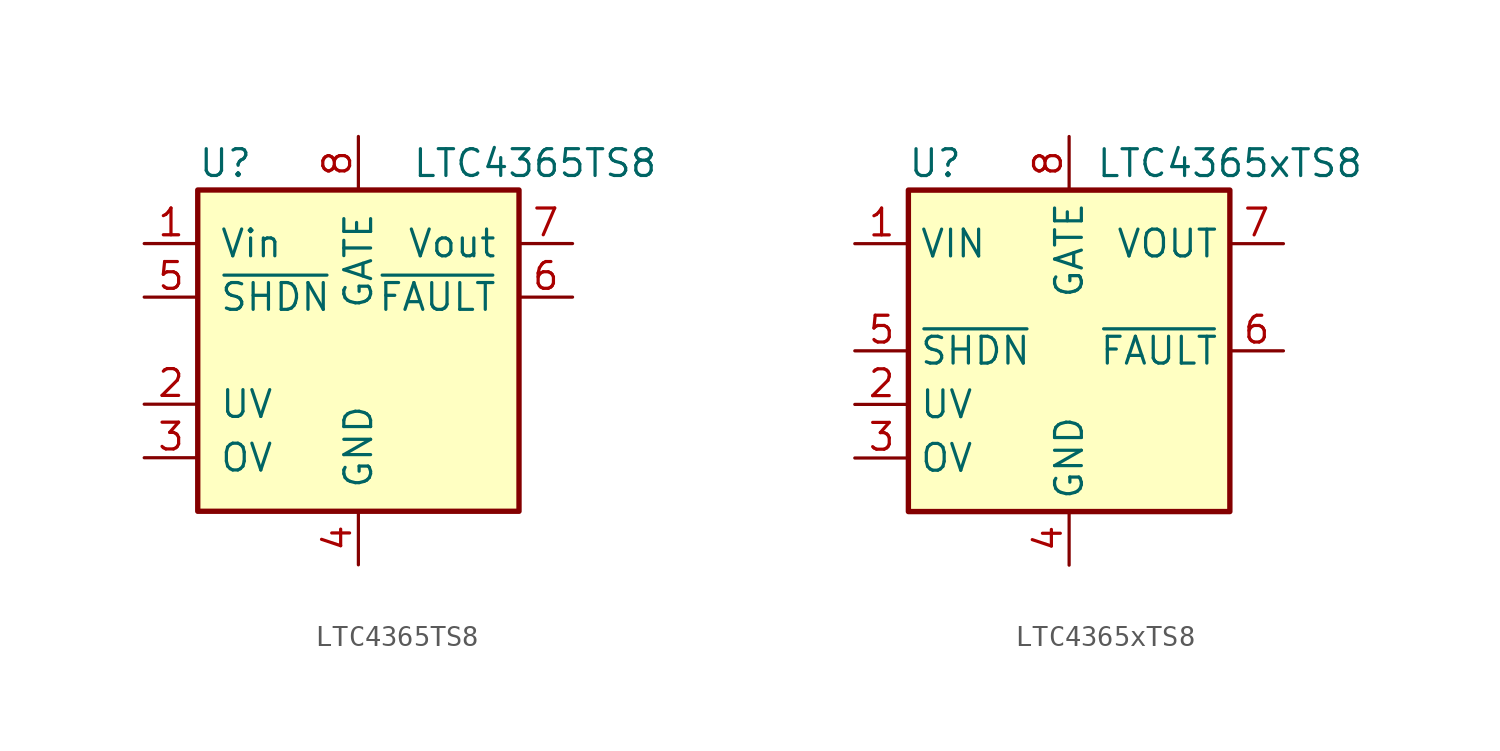
<source format=kicad_sym>
(kicad_symbol_lib
  (version 20211014)
  (generator kicad_symbol_editor)
  (symbol "LTC4365TS8"
    (pin_names
      (offset 1.016))
    (property "Reference" "U"
      (at -7.62 8.89 0)
      (effects (font (size 1.27 1.27)) (justify left)))
    (property "Value" "LTC4365TS8"
      (at 2.54 8.89 0)
      (effects (font (size 1.27 1.27)) (justify left)))
    (symbol "LTC4365TS8_0_1"
      (rectangle (start -7.62 7.62) (end 7.62 -7.62) (stroke (width 0.254) (type default) (color 0 0 0 0)) (fill (type background))))
    (symbol "LTC4365TS8_1_1"
      (pin power_in line (at -10.16 5.08 0) (length 2.54) (name "Vin" (effects (font (size 1.27 1.27)))) (number "1" (effects (font (size 1.27 1.27)))))
      (pin input line (at -10.16 -2.54 0) (length 2.54) (name "UV" (effects (font (size 1.27 1.27)))) (number "2" (effects (font (size 1.27 1.27)))))
      (pin input line (at -10.16 -5.08 0) (length 2.54) (name "OV" (effects (font (size 1.27 1.27)))) (number "3" (effects (font (size 1.27 1.27)))))
      (pin power_in line (at 0 -10.16 90) (length 2.54) (name "GND" (effects (font (size 1.27 1.27)))) (number "4" (effects (font (size 1.27 1.27)))))
      (pin input line (at -10.16 2.54 0) (length 2.54) (name "~{SHDN}" (effects (font (size 1.27 1.27)))) (number "5" (effects (font (size 1.27 1.27)))))
      (pin open_collector line (at 10.16 2.54 180) (length 2.54) (name "~{FAULT}" (effects (font (size 1.27 1.27)))) (number "6" (effects (font (size 1.27 1.27)))))
      (pin input line (at 10.16 5.08 180) (length 2.54) (name "Vout" (effects (font (size 1.27 1.27)))) (number "7" (effects (font (size 1.27 1.27)))))
      (pin output line (at 0 10.16 270) (length 2.54) (name "GATE" (effects (font (size 1.27 1.27)))) (number "8" (effects (font (size 1.27 1.27)))))))
  (symbol "LTC4365xTS8"
    (property "Reference" "U"
      (at -6.35 8.89 0)
      (effects (font (size 1.27 1.27))))
    (property "Value" "LTC4365xTS8"
      (at 7.62 8.89 0)
      (effects (font (size 1.27 1.27))))
    (symbol "LTC4365xTS8_0_1"
      (rectangle (start -7.62 7.62) (end 7.62 -7.62) (stroke (width 0.254) (type default) (color 0 0 0 0)) (fill (type background))))
    (symbol "LTC4365xTS8_1_1"
      (pin power_in line (at -10.16 5.08 0) (length 2.54) (name "VIN" (effects (font (size 1.27 1.27)))) (number "1" (effects (font (size 1.27 1.27)))))
      (pin input line (at -10.16 -2.54 0) (length 2.54) (name "UV" (effects (font (size 1.27 1.27)))) (number "2" (effects (font (size 1.27 1.27)))))
      (pin input line (at -10.16 -5.08 0) (length 2.54) (name "OV" (effects (font (size 1.27 1.27)))) (number "3" (effects (font (size 1.27 1.27)))))
      (pin power_in line (at 0 -10.16 90) (length 2.54) (name "GND" (effects (font (size 1.27 1.27)))) (number "4" (effects (font (size 1.27 1.27)))))
      (pin input line (at -10.16 0 0) (length 2.54) (name "~{SHDN}" (effects (font (size 1.27 1.27)))) (number "5" (effects (font (size 1.27 1.27)))))
      (pin open_collector line (at 10.16 0 180) (length 2.54) (name "~{FAULT}" (effects (font (size 1.27 1.27)))) (number "6" (effects (font (size 1.27 1.27)))))
      (pin input line (at 10.16 5.08 180) (length 2.54) (name "VOUT" (effects (font (size 1.27 1.27)))) (number "7" (effects (font (size 1.27 1.27)))))
      (pin output line (at 0 10.16 270) (length 2.54) (name "GATE" (effects (font (size 1.27 1.27)))) (number "8" (effects (font (size 1.27 1.27))))))))
</source>
